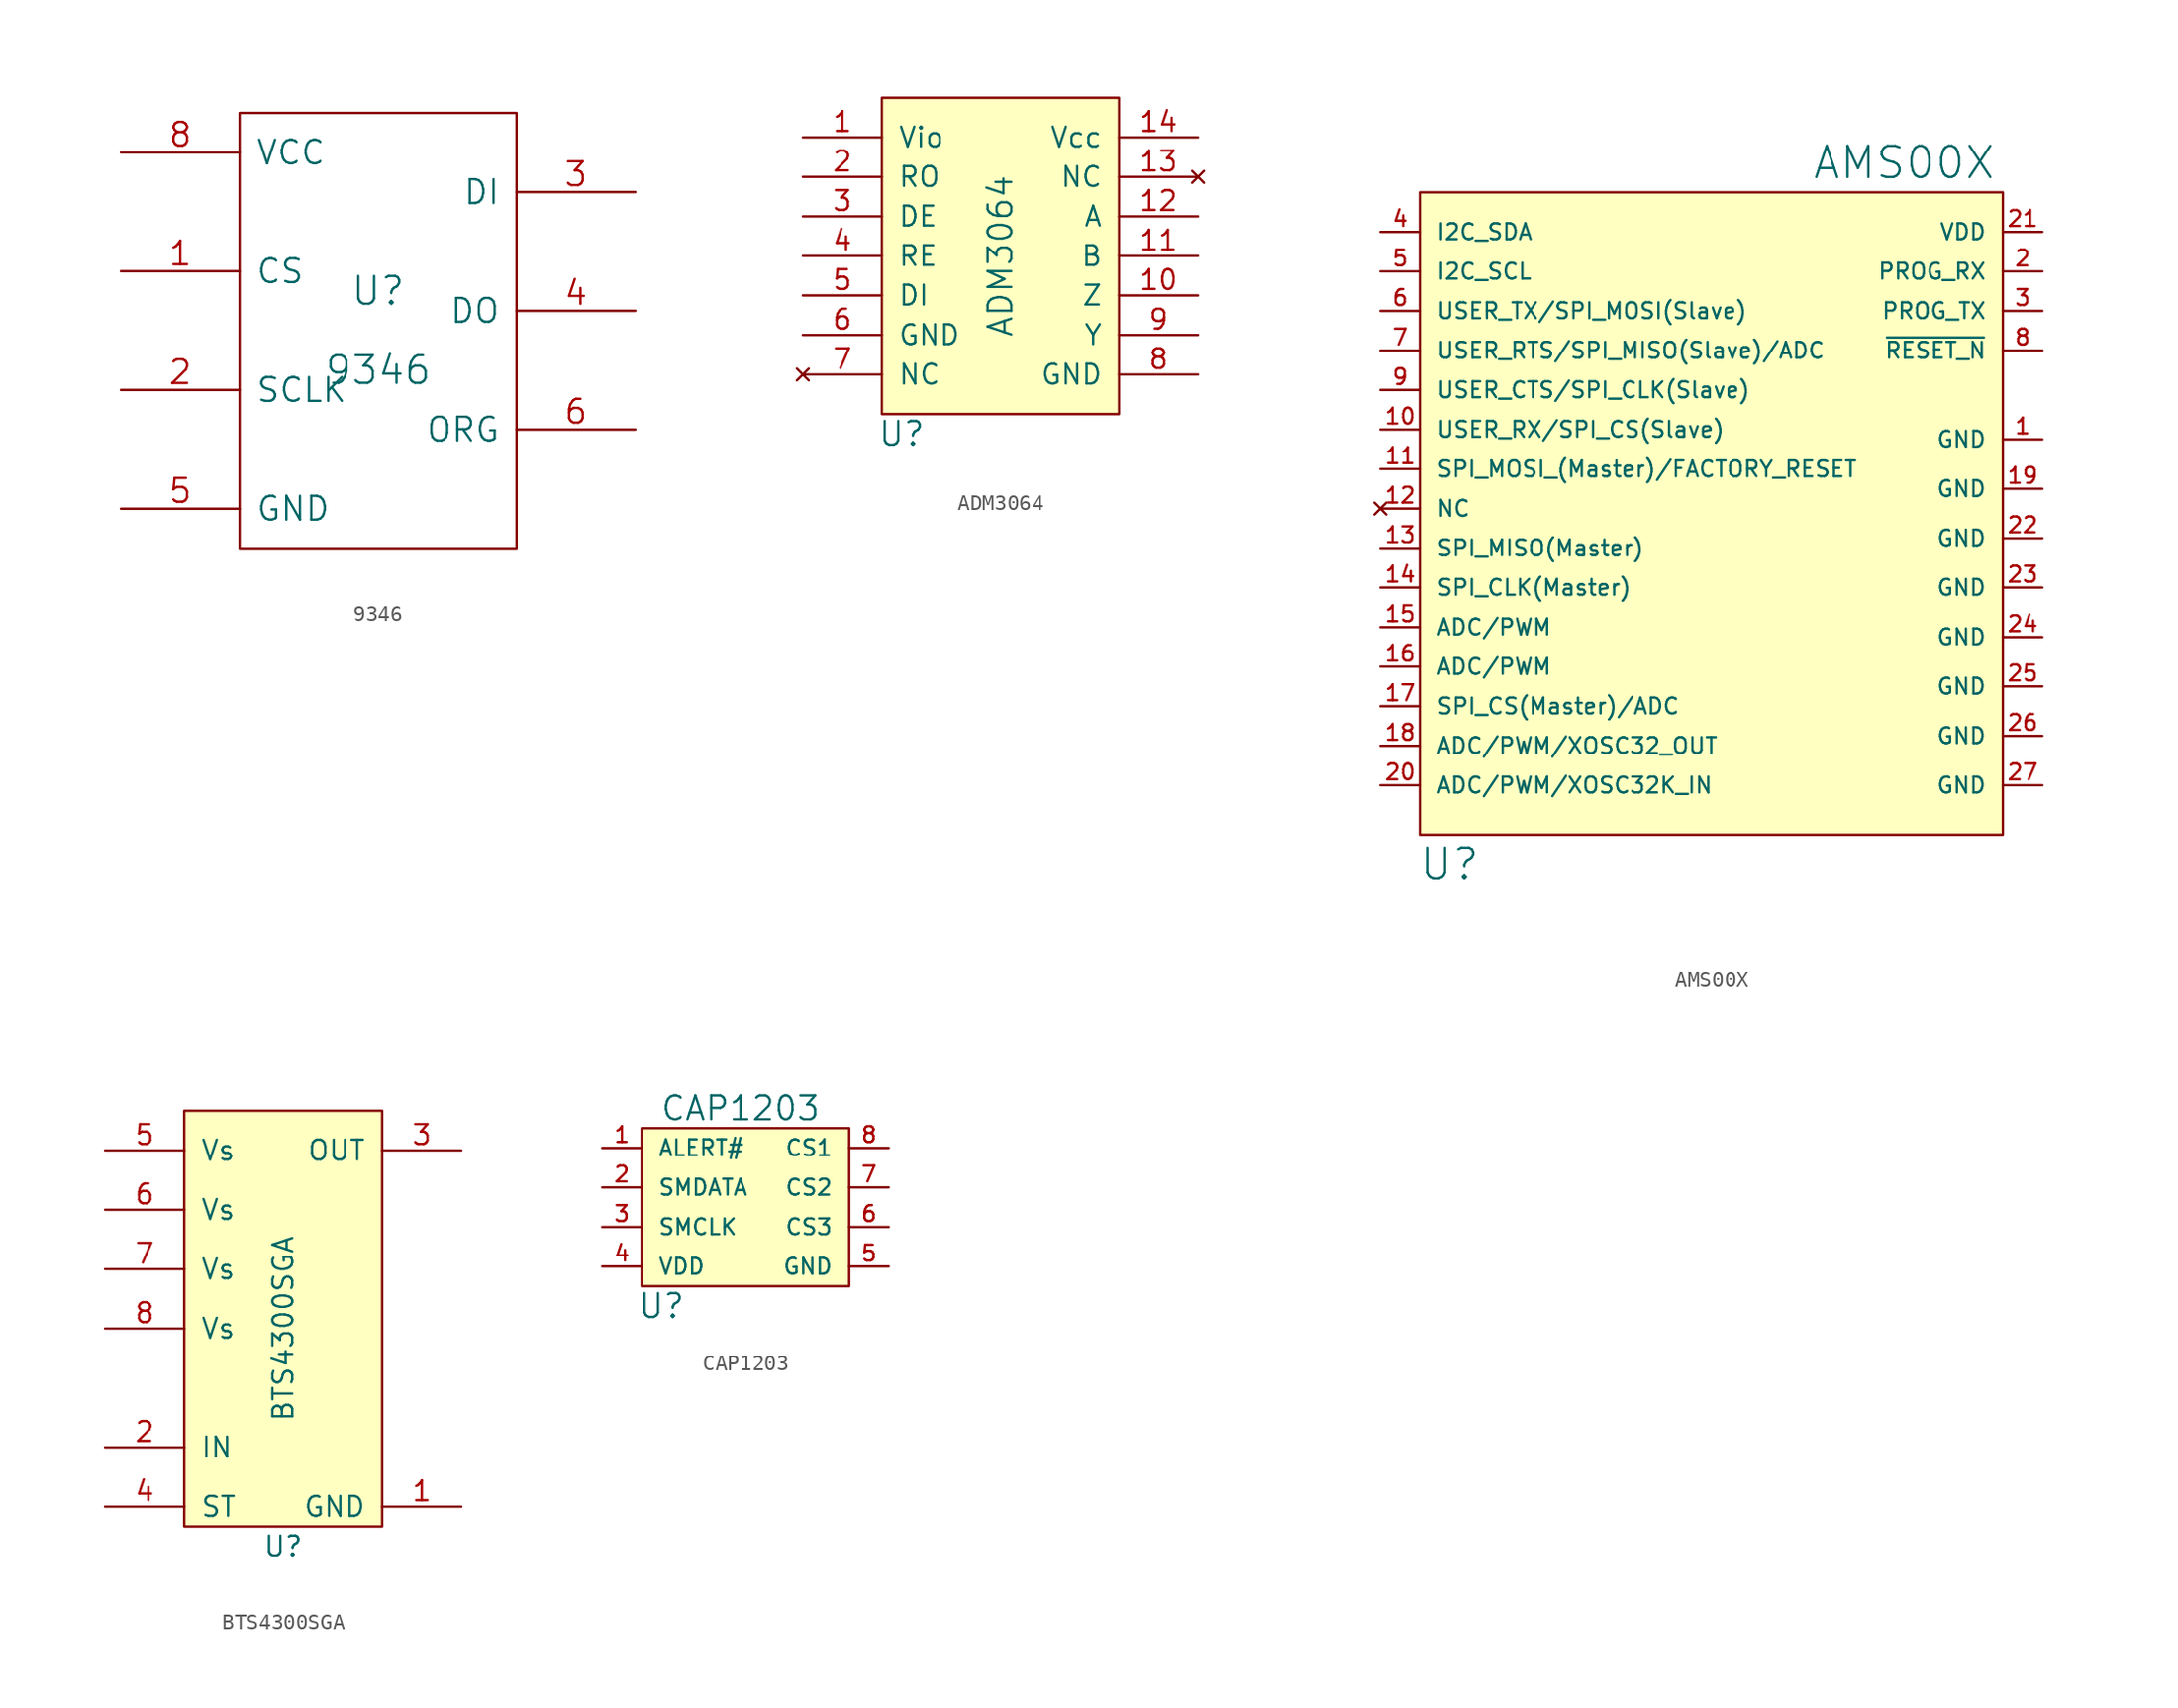
<source format=kicad_sym>
(kicad_symbol_lib
  (version 20211014)
  (generator kicad_symbol_editor)
  (symbol "9346"
    (pin_names
      (offset 1.016))
    (property "Reference" "U"
      (at 0 2.54 0)
      (effects (font (size 1.778 1.778))))
    (property "Value" "9346"
      (at 0 -2.54 0)
      (effects (font (size 1.778 1.778))))
    (property "Footprint" ""
      (at 0 0 0)
      (effects (font (size 1.524 1.524))))
    (property "Datasheet" ""
      (at 0 0 0)
      (effects (font (size 1.524 1.524))))
    (symbol "9346_0_1"
      (rectangle (start -8.89 -13.97) (end 8.89 13.97) (stroke (width 0) (type default) (color 0 0 0 0)) (fill (type none))))
    (symbol "9346_1_1"
      (pin input line (at -16.51 3.81 0) (length 7.62) (name "CS" (effects (font (size 1.524 1.524)))) (number "1" (effects (font (size 1.524 1.524)))))
      (pin input line (at -16.51 -3.81 0) (length 7.62) (name "SCLK" (effects (font (size 1.524 1.524)))) (number "2" (effects (font (size 1.524 1.524)))))
      (pin input line (at 16.51 8.89 180) (length 7.62) (name "DI" (effects (font (size 1.524 1.524)))) (number "3" (effects (font (size 1.524 1.524)))))
      (pin tri_state line (at 16.51 1.27 180) (length 7.62) (name "DO" (effects (font (size 1.524 1.524)))) (number "4" (effects (font (size 1.524 1.524)))))
      (pin input line (at -16.51 -11.43 0) (length 7.62) (name "GND" (effects (font (size 1.524 1.524)))) (number "5" (effects (font (size 1.524 1.524)))))
      (pin power_in line (at -8.89 -13.97 90) (length 0) hide (name "GND" (effects (font (size 1.524 1.524)))) (number "5" (effects (font (size 1.524 1.524)))))
      (pin input line (at 16.51 -6.35 180) (length 7.62) (name "ORG" (effects (font (size 1.524 1.524)))) (number "6" (effects (font (size 1.524 1.524)))))
      (pin input line (at -16.51 11.43 0) (length 7.62) (name "VCC" (effects (font (size 1.524 1.524)))) (number "8" (effects (font (size 1.524 1.524)))))
      (pin power_in line (at -8.89 13.97 90) (length 0) hide (name "VCC" (effects (font (size 1.524 1.524)))) (number "8" (effects (font (size 1.524 1.524)))))))
  (symbol "ADM3064"
    (pin_names
      (offset 1.016))
    (property "Reference" "U"
      (at 16.51 -6.35 0)
      (effects (font (size 1.524 1.524))))
    (property "Value" "ADM3064"
      (at 22.86 5.08 90)
      (effects (font (size 1.524 1.524))))
    (symbol "ADM3064_0_1"
      (rectangle (start 15.24 15.24) (end 30.48 -5.08) (stroke (width 0) (type default) (color 0 0 0 0)) (fill (type background))))
    (symbol "ADM3064_1_1"
      (pin power_in line (at 10.16 12.7 0) (length 5.08) (name "Vio" (effects (font (size 1.27 1.27)))) (number "1" (effects (font (size 1.27 1.27)))))
      (pin output line (at 35.56 2.54 180) (length 5.08) (name "Z" (effects (font (size 1.27 1.27)))) (number "10" (effects (font (size 1.27 1.27)))))
      (pin input line (at 35.56 5.08 180) (length 5.08) (name "B" (effects (font (size 1.27 1.27)))) (number "11" (effects (font (size 1.27 1.27)))))
      (pin input line (at 35.56 7.62 180) (length 5.08) (name "A" (effects (font (size 1.27 1.27)))) (number "12" (effects (font (size 1.27 1.27)))))
      (pin no_connect line (at 35.56 10.16 180) (length 5.08) (name "NC" (effects (font (size 1.27 1.27)))) (number "13" (effects (font (size 1.27 1.27)))))
      (pin power_in line (at 35.56 12.7 180) (length 5.08) (name "Vcc" (effects (font (size 1.27 1.27)))) (number "14" (effects (font (size 1.27 1.27)))))
      (pin output line (at 10.16 10.16 0) (length 5.08) (name "RO" (effects (font (size 1.27 1.27)))) (number "2" (effects (font (size 1.27 1.27)))))
      (pin input line (at 10.16 7.62 0) (length 5.08) (name "DE" (effects (font (size 1.27 1.27)))) (number "3" (effects (font (size 1.27 1.27)))))
      (pin input line (at 10.16 5.08 0) (length 5.08) (name "RE" (effects (font (size 1.27 1.27)))) (number "4" (effects (font (size 1.27 1.27)))))
      (pin input line (at 10.16 2.54 0) (length 5.08) (name "DI" (effects (font (size 1.27 1.27)))) (number "5" (effects (font (size 1.27 1.27)))))
      (pin power_in line (at 10.16 0 0) (length 5.08) (name "GND" (effects (font (size 1.27 1.27)))) (number "6" (effects (font (size 1.27 1.27)))))
      (pin no_connect line (at 10.16 -2.54 0) (length 5.08) (name "NC" (effects (font (size 1.27 1.27)))) (number "7" (effects (font (size 1.27 1.27)))))
      (pin power_in line (at 35.56 -2.54 180) (length 5.08) (name "GND" (effects (font (size 1.27 1.27)))) (number "8" (effects (font (size 1.27 1.27)))))
      (pin output line (at 35.56 0 180) (length 5.08) (name "Y" (effects (font (size 1.27 1.27)))) (number "9" (effects (font (size 1.27 1.27)))))))
  (symbol "AMS00X"
    (pin_names
      (offset 1.016))
    (property "Reference" "U"
      (at -8.89 -28.575 0)
      (effects (font (size 2.007 2.007))))
    (property "Value" "AMS00X"
      (at 20.32 16.51 0)
      (effects (font (size 2.007 2.007))))
    (property "Footprint" ""
      (at 0 0 0)
      (effects (font (size 2.007 2.007))))
    (property "Datasheet" ""
      (at 0 0 0)
      (effects (font (size 2.007 2.007))))
    (symbol "AMS00X_0_1"
      (rectangle (start -10.795 14.605) (end 26.67 -26.67) (stroke (width 0) (type default) (color 0 0 0 0)) (fill (type background))))
    (symbol "AMS00X_1_1"
      (pin power_in line (at 29.21 -1.27 180) (length 2.54) (name "GND" (effects (font (size 1.016 1.016)))) (number "1" (effects (font (size 1.016 1.016)))))
      (pin input line (at -13.335 -0.635 0) (length 2.54) (name "USER_RX/SPI_CS(Slave)" (effects (font (size 1.016 1.016)))) (number "10" (effects (font (size 1.016 1.016)))))
      (pin input line (at -13.335 -3.175 0) (length 2.54) (name "SPI_MOSI_(Master)/FACTORY_RESET" (effects (font (size 1.016 1.016)))) (number "11" (effects (font (size 1.016 1.016)))))
      (pin no_connect line (at -13.335 -5.715 0) (length 2.54) (name "NC" (effects (font (size 1.016 1.016)))) (number "12" (effects (font (size 1.016 1.016)))))
      (pin input line (at -13.335 -8.255 0) (length 2.54) (name "SPI_MISO(Master)" (effects (font (size 1.016 1.016)))) (number "13" (effects (font (size 1.016 1.016)))))
      (pin output line (at -13.335 -10.795 0) (length 2.54) (name "SPI_CLK(Master)" (effects (font (size 1.016 1.016)))) (number "14" (effects (font (size 1.016 1.016)))))
      (pin output line (at -13.335 -13.335 0) (length 2.54) (name "ADC/PWM" (effects (font (size 1.016 1.016)))) (number "15" (effects (font (size 1.016 1.016)))))
      (pin output line (at -13.335 -15.875 0) (length 2.54) (name "ADC/PWM" (effects (font (size 1.016 1.016)))) (number "16" (effects (font (size 1.016 1.016)))))
      (pin output line (at -13.335 -18.415 0) (length 2.54) (name "SPI_CS(Master)/ADC" (effects (font (size 1.016 1.016)))) (number "17" (effects (font (size 1.016 1.016)))))
      (pin bidirectional line (at -13.335 -20.955 0) (length 2.54) (name "ADC/PWM/XOSC32_OUT" (effects (font (size 1.016 1.016)))) (number "18" (effects (font (size 1.016 1.016)))))
      (pin power_in line (at 29.21 -4.445 180) (length 2.54) (name "GND" (effects (font (size 1.016 1.016)))) (number "19" (effects (font (size 1.016 1.016)))))
      (pin input line (at 29.21 9.525 180) (length 2.54) (name "PROG_RX" (effects (font (size 1.016 1.016)))) (number "2" (effects (font (size 1.016 1.016)))))
      (pin bidirectional line (at -13.335 -23.495 0) (length 2.54) (name "ADC/PWM/XOSC32K_IN" (effects (font (size 1.016 1.016)))) (number "20" (effects (font (size 1.016 1.016)))))
      (pin power_in line (at 29.21 12.065 180) (length 2.54) (name "VDD" (effects (font (size 1.016 1.016)))) (number "21" (effects (font (size 1.016 1.016)))))
      (pin power_in line (at 29.21 -7.62 180) (length 2.54) (name "GND" (effects (font (size 1.016 1.016)))) (number "22" (effects (font (size 1.016 1.016)))))
      (pin power_in line (at 29.21 -10.795 180) (length 2.54) (name "GND" (effects (font (size 1.016 1.016)))) (number "23" (effects (font (size 1.016 1.016)))))
      (pin power_in line (at 29.21 -13.97 180) (length 2.54) (name "GND" (effects (font (size 1.016 1.016)))) (number "24" (effects (font (size 1.016 1.016)))))
      (pin power_in line (at 29.21 -17.145 180) (length 2.54) (name "GND" (effects (font (size 1.016 1.016)))) (number "25" (effects (font (size 1.016 1.016)))))
      (pin power_in line (at 29.21 -20.32 180) (length 2.54) (name "GND" (effects (font (size 1.016 1.016)))) (number "26" (effects (font (size 1.016 1.016)))))
      (pin power_in line (at 29.21 -23.495 180) (length 2.54) (name "GND" (effects (font (size 1.016 1.016)))) (number "27" (effects (font (size 1.016 1.016)))))
      (pin input line (at 29.21 6.985 180) (length 2.54) (name "PROG_TX" (effects (font (size 1.016 1.016)))) (number "3" (effects (font (size 1.016 1.016)))))
      (pin input line (at -13.335 12.065 0) (length 2.54) (name "I2C_SDA" (effects (font (size 1.016 1.016)))) (number "4" (effects (font (size 1.016 1.016)))))
      (pin input line (at -13.335 9.525 0) (length 2.54) (name "I2C_SCL" (effects (font (size 1.016 1.016)))) (number "5" (effects (font (size 1.016 1.016)))))
      (pin bidirectional line (at -13.335 6.985 0) (length 2.54) (name "USER_TX/SPI_MOSI(Slave)" (effects (font (size 1.016 1.016)))) (number "6" (effects (font (size 1.016 1.016)))))
      (pin bidirectional line (at -13.335 4.445 0) (length 2.54) (name "USER_RTS/SPI_MISO(Slave)/ADC" (effects (font (size 1.016 1.016)))) (number "7" (effects (font (size 1.016 1.016)))))
      (pin input line (at 29.21 4.445 180) (length 2.54) (name "~{RESET_N}" (effects (font (size 1.016 1.016)))) (number "8" (effects (font (size 1.016 1.016)))))
      (pin input line (at -13.335 1.905 0) (length 2.54) (name "USER_CTS/SPI_CLK(Slave)" (effects (font (size 1.016 1.016)))) (number "9" (effects (font (size 1.016 1.016)))))))
  (symbol "BTS4300SGA"
    (pin_names
      (offset 1.016))
    (property "Reference" "U"
      (at 6.35 -1.27 0)
      (effects (font (size 1.27 1.27))))
    (property "Value" "BTS4300SGA"
      (at 6.35 12.7 90)
      (effects (font (size 1.27 1.27))))
    (symbol "BTS4300SGA_0_1"
      (rectangle (start 0 26.67) (end 12.7 0) (stroke (width 0) (type default) (color 0 0 0 0)) (fill (type background))))
    (symbol "BTS4300SGA_1_1"
      (pin input line (at 17.78 1.27 180) (length 5.08) (name "GND" (effects (font (size 1.27 1.27)))) (number "1" (effects (font (size 1.27 1.27)))))
      (pin input line (at -5.08 5.08 0) (length 5.08) (name "IN" (effects (font (size 1.27 1.27)))) (number "2" (effects (font (size 1.27 1.27)))))
      (pin output line (at 17.78 24.13 180) (length 5.08) (name "OUT" (effects (font (size 1.27 1.27)))) (number "3" (effects (font (size 1.27 1.27)))))
      (pin open_collector line (at -5.08 1.27 0) (length 5.08) (name "ST" (effects (font (size 1.27 1.27)))) (number "4" (effects (font (size 1.27 1.27)))))
      (pin power_in line (at -5.08 24.13 0) (length 5.08) (name "Vs" (effects (font (size 1.27 1.27)))) (number "5" (effects (font (size 1.27 1.27)))))
      (pin power_in line (at -5.08 20.32 0) (length 5.08) (name "Vs" (effects (font (size 1.27 1.27)))) (number "6" (effects (font (size 1.27 1.27)))))
      (pin power_in line (at -5.08 16.51 0) (length 5.08) (name "Vs" (effects (font (size 1.27 1.27)))) (number "7" (effects (font (size 1.27 1.27)))))
      (pin power_in line (at -5.08 12.7 0) (length 5.08) (name "Vs" (effects (font (size 1.27 1.27)))) (number "8" (effects (font (size 1.27 1.27)))))))
  (symbol "CAP1203"
    (pin_names
      (offset 1.016))
    (property "Reference" "U"
      (at -5.715 -6.985 0)
      (effects (font (size 1.524 1.524))))
    (property "Value" "CAP1203"
      (at -0.635 5.715 0)
      (effects (font (size 1.524 1.524))))
    (property "Footprint" ""
      (at -3.81 0 0)
      (effects (font (size 1.524 1.524))))
    (property "Datasheet" ""
      (at -3.81 0 0)
      (effects (font (size 1.524 1.524))))
    (symbol "CAP1203_0_1"
      (rectangle (start -6.985 4.445) (end 6.35 -5.715) (stroke (width 0) (type default) (color 0 0 0 0)) (fill (type background))))
    (symbol "CAP1203_1_1"
      (pin output line (at -9.525 3.175 0) (length 2.54) (name "ALERT#" (effects (font (size 1.016 1.016)))) (number "1" (effects (font (size 1.016 1.016)))))
      (pin output line (at -9.525 0.635 0) (length 2.54) (name "SMDATA" (effects (font (size 1.016 1.016)))) (number "2" (effects (font (size 1.016 1.016)))))
      (pin bidirectional line (at -9.525 -1.905 0) (length 2.54) (name "SMCLK" (effects (font (size 1.016 1.016)))) (number "3" (effects (font (size 1.016 1.016)))))
      (pin bidirectional line (at -9.525 -4.445 0) (length 2.54) (name "VDD" (effects (font (size 1.016 1.016)))) (number "4" (effects (font (size 1.016 1.016)))))
      (pin bidirectional line (at 8.89 -4.445 180) (length 2.54) (name "GND" (effects (font (size 1.016 1.016)))) (number "5" (effects (font (size 1.016 1.016)))))
      (pin bidirectional line (at 8.89 -1.905 180) (length 2.54) (name "CS3" (effects (font (size 1.016 1.016)))) (number "6" (effects (font (size 1.016 1.016)))))
      (pin bidirectional line (at 8.89 0.635 180) (length 2.54) (name "CS2" (effects (font (size 1.016 1.016)))) (number "7" (effects (font (size 1.016 1.016)))))
      (pin bidirectional line (at 8.89 3.175 180) (length 2.54) (name "CS1" (effects (font (size 1.016 1.016)))) (number "8" (effects (font (size 1.016 1.016))))))))
</source>
